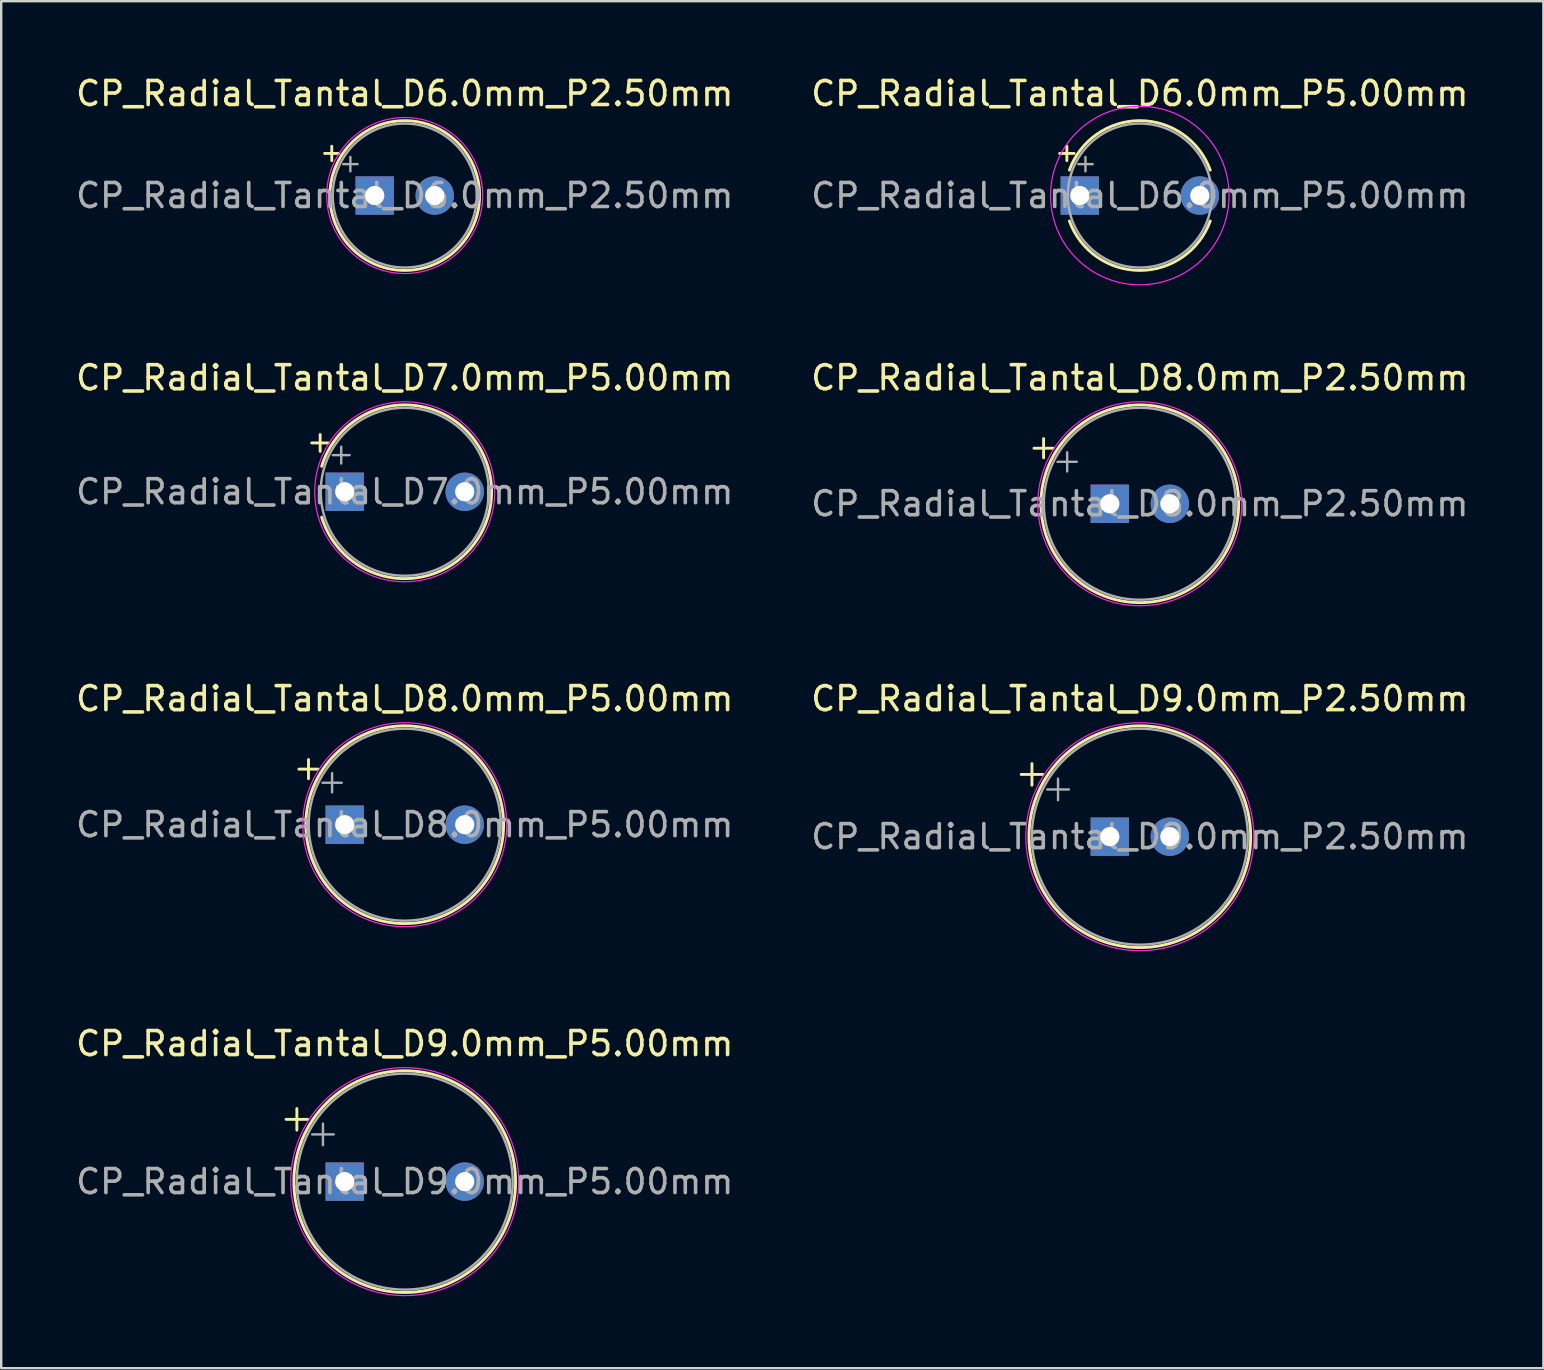
<source format=kicad_pcb>
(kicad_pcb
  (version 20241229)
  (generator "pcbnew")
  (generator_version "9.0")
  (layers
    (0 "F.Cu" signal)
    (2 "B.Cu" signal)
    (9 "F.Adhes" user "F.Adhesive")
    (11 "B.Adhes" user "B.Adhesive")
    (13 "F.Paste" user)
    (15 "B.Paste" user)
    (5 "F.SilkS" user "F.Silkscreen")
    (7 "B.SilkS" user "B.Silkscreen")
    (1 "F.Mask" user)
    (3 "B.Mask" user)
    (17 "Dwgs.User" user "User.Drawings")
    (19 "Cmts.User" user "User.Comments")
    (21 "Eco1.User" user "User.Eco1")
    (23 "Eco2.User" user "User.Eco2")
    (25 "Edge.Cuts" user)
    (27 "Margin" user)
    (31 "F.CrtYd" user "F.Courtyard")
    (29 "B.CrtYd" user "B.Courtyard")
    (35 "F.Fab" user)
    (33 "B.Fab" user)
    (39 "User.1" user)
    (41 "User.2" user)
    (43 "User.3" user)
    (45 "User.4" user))
  (footprint "CP_Radial_Tantal_D6.0mm_P2.50mm"
    (layer "F.Cu")
    (at 12.565 5.098)
    (property "Reference" "CP_Radial_Tantal_D6.0mm_P2.50mm" (at 1.25 -4.25 0) (layer "F.SilkS") (effects (font (size 1 1) (thickness 0.15))))
    (attr through_hole)
    (fp_line (start -2.09 -1.755) (end -1.49 -1.755) (stroke (width 0.12) (type solid)) (layer "F.SilkS"))
    (fp_line (start -1.79 -2.055) (end -1.79 -1.455) (stroke (width 0.12) (type solid)) (layer "F.SilkS"))
    (fp_circle (center 1.25 0) (end 4.37 0) (stroke (width 0.12) (type solid)) (fill no) (layer "F.SilkS"))
    (fp_circle (center 1.25 0) (end 4.5 0) (stroke (width 0.05) (type solid)) (fill no) (layer "F.CrtYd"))
    (fp_line (start -1.315 -1.308) (end -0.715 -1.308) (stroke (width 0.1) (type solid)) (layer "F.Fab"))
    (fp_line (start -1.015 -1.607) (end -1.015 -1.008) (stroke (width 0.1) (type solid)) (layer "F.Fab"))
    (fp_circle (center 1.25 0) (end 4.25 0) (stroke (width 0.1) (type solid)) (fill no) (layer "F.Fab"))
    (fp_text user "${REFERENCE}" (at 1.25 0 0) (layer "F.Fab") (effects (font (size 1 1) (thickness 0.15))))
    (pad "1" thru_hole rect (at 0 0) (size 1.6 1.6) (drill 0.8) (layers "*.Cu" "*.Mask"))
    (pad "2" thru_hole circle (at 2.5 0) (size 1.6 1.6) (drill 0.8) (layers "*.Cu" "*.Mask")))
  (footprint "CP_Radial_Tantal_D6.0mm_P5.00mm"
    (layer "F.Cu")
    (at 41.946 5.098)
    (property "Reference" "CP_Radial_Tantal_D6.0mm_P5.00mm" (at 2.5 -4.25 0) (layer "F.SilkS") (effects (font (size 1 1) (thickness 0.15))))
    (attr through_hole)
    (fp_line (start -0.84 -1.755) (end -0.24 -1.755) (stroke (width 0.12) (type solid)) (layer "F.SilkS"))
    (fp_line (start -0.54 -2.055) (end -0.54 -1.455) (stroke (width 0.12) (type solid)) (layer "F.SilkS"))
    (fp_arc (start -0.434416 -1.06) (mid 2.5 -3.12) (end 5.434416 -1.06) (stroke (width 0.12) (type solid)) (layer "F.SilkS"))
    (fp_arc (start 5.434416 1.06) (mid 2.5 3.12) (end -0.434416 1.06) (stroke (width 0.12) (type solid)) (layer "F.SilkS"))
    (fp_circle (center 2.5 0) (end 6.22 0) (stroke (width 0.05) (type solid)) (fill no) (layer "F.CrtYd"))
    (fp_line (start -0.065 -1.308) (end 0.535 -1.308) (stroke (width 0.1) (type solid)) (layer "F.Fab"))
    (fp_line (start 0.235 -1.607) (end 0.235 -1.008) (stroke (width 0.1) (type solid)) (layer "F.Fab"))
    (fp_circle (center 2.5 0) (end 5.5 0) (stroke (width 0.1) (type solid)) (fill no) (layer "F.Fab"))
    (fp_text user "${REFERENCE}" (at 2.5 0 0) (layer "F.Fab") (effects (font (size 1 1) (thickness 0.15))))
    (pad "1" thru_hole rect (at 0 0) (size 1.6 1.6) (drill 0.8) (layers "*.Cu" "*.Mask"))
    (pad "2" thru_hole circle (at 5 0) (size 1.6 1.6) (drill 0.8) (layers "*.Cu" "*.Mask")))
  (footprint "CP_Radial_Tantal_D9.0mm_P5.00mm"
    (layer "F.Cu")
    (at 11.315 46.188)
    (property "Reference" "CP_Radial_Tantal_D9.0mm_P5.00mm" (at 2.5 -5.75 0) (layer "F.SilkS") (effects (font (size 1 1) (thickness 0.15))))
    (attr through_hole)
    (fp_line (start -2.445 -2.595) (end -1.545 -2.595) (stroke (width 0.12) (type solid)) (layer "F.SilkS"))
    (fp_line (start -1.995 -3.045) (end -1.995 -2.145) (stroke (width 0.12) (type solid)) (layer "F.SilkS"))
    (fp_circle (center 2.5 0) (end 7.12 0) (stroke (width 0.12) (type solid)) (fill no) (layer "F.SilkS"))
    (fp_circle (center 2.5 0) (end 7.25 0) (stroke (width 0.05) (type solid)) (fill no) (layer "F.CrtYd"))
    (fp_line (start -1.358 -1.968) (end -0.458 -1.968) (stroke (width 0.1) (type solid)) (layer "F.Fab"))
    (fp_line (start -0.908 -2.417) (end -0.908 -1.518) (stroke (width 0.1) (type solid)) (layer "F.Fab"))
    (fp_circle (center 2.5 0) (end 7 0) (stroke (width 0.1) (type solid)) (fill no) (layer "F.Fab"))
    (fp_text user "${REFERENCE}" (at 2.5 0 0) (layer "F.Fab") (effects (font (size 1 1) (thickness 0.15))))
    (pad "1" thru_hole rect (at 0 0) (size 1.6 1.6) (drill 0.8) (layers "*.Cu" "*.Mask"))
    (pad "2" thru_hole circle (at 5 0) (size 1.6 1.6) (drill 0.8) (layers "*.Cu" "*.Mask")))
  (footprint "CP_Radial_Tantal_D7.0mm_P5.00mm"
    (layer "F.Cu")
    (at 11.315 17.442)
    (property "Reference" "CP_Radial_Tantal_D7.0mm_P5.00mm" (at 2.5 -4.75 0) (layer "F.SilkS") (effects (font (size 1 1) (thickness 0.15))))
    (attr through_hole)
    (fp_line (start -1.375 -2.035) (end -0.675 -2.035) (stroke (width 0.12) (type solid)) (layer "F.SilkS"))
    (fp_line (start -1.025 -2.385) (end -1.025 -1.685) (stroke (width 0.12) (type solid)) (layer "F.SilkS"))
    (fp_arc (start -0.961329 -1.06) (mid 6.12 0) (end -0.961329 1.06) (stroke (width 0.12) (type solid)) (layer "F.SilkS"))
    (fp_circle (center 2.5 0) (end 6.25 0) (stroke (width 0.05) (type solid)) (fill no) (layer "F.CrtYd"))
    (fp_line (start -0.496 -1.528) (end 0.204 -1.528) (stroke (width 0.1) (type solid)) (layer "F.Fab"))
    (fp_line (start -0.146 -1.877) (end -0.146 -1.177) (stroke (width 0.1) (type solid)) (layer "F.Fab"))
    (fp_circle (center 2.5 0) (end 6 0) (stroke (width 0.1) (type solid)) (fill no) (layer "F.Fab"))
    (fp_text user "${REFERENCE}" (at 2.5 0 0) (layer "F.Fab") (effects (font (size 1 1) (thickness 0.15))))
    (pad "1" thru_hole rect (at 0 0) (size 1.6 1.6) (drill 0.8) (layers "*.Cu" "*.Mask"))
    (pad "2" thru_hole circle (at 5 0) (size 1.6 1.6) (drill 0.8) (layers "*.Cu" "*.Mask")))
  (footprint "CP_Radial_Tantal_D8.0mm_P5.00mm"
    (layer "F.Cu")
    (at 11.315 31.315)
    (property "Reference" "CP_Radial_Tantal_D8.0mm_P5.00mm" (at 2.5 -5.25 0) (layer "F.SilkS") (effects (font (size 1 1) (thickness 0.15))))
    (attr through_hole)
    (fp_line (start -1.91 -2.315) (end -1.11 -2.315) (stroke (width 0.12) (type solid)) (layer "F.SilkS"))
    (fp_line (start -1.51 -2.715) (end -1.51 -1.915) (stroke (width 0.12) (type solid)) (layer "F.SilkS"))
    (fp_circle (center 2.5 0) (end 6.62 0) (stroke (width 0.12) (type solid)) (fill no) (layer "F.SilkS"))
    (fp_circle (center 2.5 0) (end 6.75 0) (stroke (width 0.05) (type solid)) (fill no) (layer "F.CrtYd"))
    (fp_line (start -0.927 -1.748) (end -0.127 -1.748) (stroke (width 0.1) (type solid)) (layer "F.Fab"))
    (fp_line (start -0.527 -2.147) (end -0.527 -1.347) (stroke (width 0.1) (type solid)) (layer "F.Fab"))
    (fp_circle (center 2.5 0) (end 6.5 0) (stroke (width 0.1) (type solid)) (fill no) (layer "F.Fab"))
    (fp_text user "${REFERENCE}" (at 2.5 0 0) (layer "F.Fab") (effects (font (size 1 1) (thickness 0.15))))
    (pad "1" thru_hole rect (at 0 0) (size 1.6 1.6) (drill 0.8) (layers "*.Cu" "*.Mask"))
    (pad "2" thru_hole circle (at 5 0) (size 1.6 1.6) (drill 0.8) (layers "*.Cu" "*.Mask")))
  (footprint "CP_Radial_Tantal_D8.0mm_P2.50mm"
    (layer "F.Cu")
    (at 43.196 17.942)
    (property "Reference" "CP_Radial_Tantal_D8.0mm_P2.50mm" (at 1.25 -5.25 0) (layer "F.SilkS") (effects (font (size 1 1) (thickness 0.15))))
    (attr through_hole)
    (fp_line (start -3.16 -2.315) (end -2.36 -2.315) (stroke (width 0.12) (type solid)) (layer "F.SilkS"))
    (fp_line (start -2.76 -2.715) (end -2.76 -1.915) (stroke (width 0.12) (type solid)) (layer "F.SilkS"))
    (fp_circle (center 1.25 0) (end 5.37 0) (stroke (width 0.12) (type solid)) (fill no) (layer "F.SilkS"))
    (fp_circle (center 1.25 0) (end 5.5 0) (stroke (width 0.05) (type solid)) (fill no) (layer "F.CrtYd"))
    (fp_line (start -2.177 -1.748) (end -1.377 -1.748) (stroke (width 0.1) (type solid)) (layer "F.Fab"))
    (fp_line (start -1.777 -2.147) (end -1.777 -1.347) (stroke (width 0.1) (type solid)) (layer "F.Fab"))
    (fp_circle (center 1.25 0) (end 5.25 0) (stroke (width 0.1) (type solid)) (fill no) (layer "F.Fab"))
    (fp_text user "${REFERENCE}" (at 1.25 0 0) (layer "F.Fab") (effects (font (size 1 1) (thickness 0.15))))
    (pad "1" thru_hole rect (at 0 0) (size 1.6 1.6) (drill 0.8) (layers "*.Cu" "*.Mask"))
    (pad "2" thru_hole circle (at 2.5 0) (size 1.6 1.6) (drill 0.8) (layers "*.Cu" "*.Mask")))
  (footprint "CP_Radial_Tantal_D9.0mm_P2.50mm"
    (layer "F.Cu")
    (at 43.196 31.815)
    (property "Reference" "CP_Radial_Tantal_D9.0mm_P2.50mm" (at 1.25 -5.75 0) (layer "F.SilkS") (effects (font (size 1 1) (thickness 0.15))))
    (attr through_hole)
    (fp_line (start -3.695 -2.595) (end -2.795 -2.595) (stroke (width 0.12) (type solid)) (layer "F.SilkS"))
    (fp_line (start -3.245 -3.045) (end -3.245 -2.145) (stroke (width 0.12) (type solid)) (layer "F.SilkS"))
    (fp_circle (center 1.25 0) (end 5.87 0) (stroke (width 0.12) (type solid)) (fill no) (layer "F.SilkS"))
    (fp_circle (center 1.25 0) (end 6 0) (stroke (width 0.05) (type solid)) (fill no) (layer "F.CrtYd"))
    (fp_line (start -2.608 -1.968) (end -1.708 -1.968) (stroke (width 0.1) (type solid)) (layer "F.Fab"))
    (fp_line (start -2.158 -2.417) (end -2.158 -1.518) (stroke (width 0.1) (type solid)) (layer "F.Fab"))
    (fp_circle (center 1.25 0) (end 5.75 0) (stroke (width 0.1) (type solid)) (fill no) (layer "F.Fab"))
    (fp_text user "${REFERENCE}" (at 1.25 0 0) (layer "F.Fab") (effects (font (size 1 1) (thickness 0.15))))
    (pad "1" thru_hole rect (at 0 0) (size 1.6 1.6) (drill 0.8) (layers "*.Cu" "*.Mask"))
    (pad "2" thru_hole circle (at 2.5 0) (size 1.6 1.6) (drill 0.8) (layers "*.Cu" "*.Mask")))
  (gr_rect
    (start -3 -3)
    (end 61.262 53.963)
    (stroke (width 0.1) (type default))
    (fill no)
    (layer "Edge.Cuts")))
</source>
